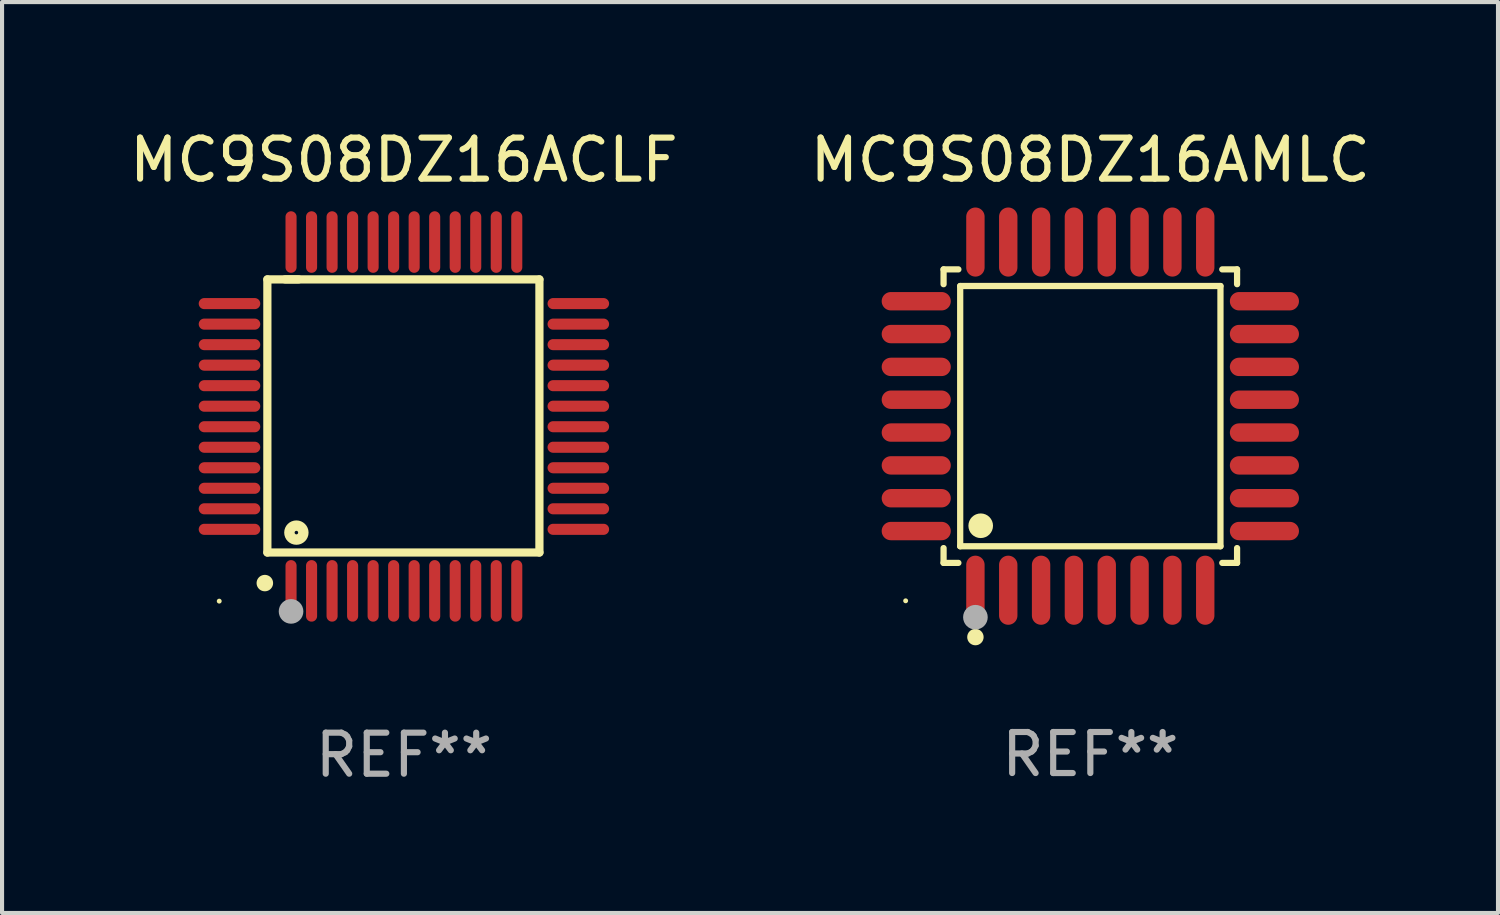
<source format=kicad_pcb>
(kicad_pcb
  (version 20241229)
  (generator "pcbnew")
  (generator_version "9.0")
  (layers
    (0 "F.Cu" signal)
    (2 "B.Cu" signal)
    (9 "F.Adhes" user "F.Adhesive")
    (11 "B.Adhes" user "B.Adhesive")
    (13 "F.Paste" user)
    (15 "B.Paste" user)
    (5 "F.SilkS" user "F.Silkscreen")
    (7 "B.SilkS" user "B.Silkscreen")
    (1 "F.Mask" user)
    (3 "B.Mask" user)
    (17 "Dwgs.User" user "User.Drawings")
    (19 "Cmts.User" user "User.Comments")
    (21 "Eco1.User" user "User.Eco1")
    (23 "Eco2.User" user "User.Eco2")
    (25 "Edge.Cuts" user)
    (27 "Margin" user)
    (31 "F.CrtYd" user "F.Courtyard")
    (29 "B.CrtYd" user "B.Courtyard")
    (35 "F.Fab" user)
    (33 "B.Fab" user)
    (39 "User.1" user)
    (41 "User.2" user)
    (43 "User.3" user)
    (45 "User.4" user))
  (footprint "MC9S08DZ16AMLC"
    (layer "F.Cu")
    (at 23.518 7.09)
    (property "Reference" "MC9S08DZ16AMLC" (at 0 -6.242 0) (layer "F.SilkS") (effects (font (size 1 1) (thickness 0.15))))
    (attr through_hole)
    (fp_line (start -3.576 -3.576) (end -3.215 -3.576) (stroke (width 0.152) (type solid)) (layer "F.SilkS"))
    (fp_line (start -3.576 -3.215) (end -3.576 -3.576) (stroke (width 0.152) (type solid)) (layer "F.SilkS"))
    (fp_line (start -3.576 3.215) (end -3.576 3.576) (stroke (width 0.152) (type solid)) (layer "F.SilkS"))
    (fp_line (start -3.576 3.576) (end -3.215 3.576) (stroke (width 0.152) (type solid)) (layer "F.SilkS"))
    (fp_line (start -3.171 -3.171) (end 3.171 -3.171) (stroke (width 0.152) (type solid)) (layer "F.SilkS"))
    (fp_line (start -3.171 3.171) (end -3.171 -3.171) (stroke (width 0.152) (type solid)) (layer "F.SilkS"))
    (fp_line (start 3.171 -3.171) (end 3.171 3.171) (stroke (width 0.152) (type solid)) (layer "F.SilkS"))
    (fp_line (start 3.171 3.171) (end -3.171 3.171) (stroke (width 0.152) (type solid)) (layer "F.SilkS"))
    (fp_line (start 3.576 -3.576) (end 3.215 -3.576) (stroke (width 0.152) (type solid)) (layer "F.SilkS"))
    (fp_line (start 3.576 -3.215) (end 3.576 -3.576) (stroke (width 0.152) (type solid)) (layer "F.SilkS"))
    (fp_line (start 3.576 3.215) (end 3.576 3.576) (stroke (width 0.152) (type solid)) (layer "F.SilkS"))
    (fp_line (start 3.576 3.576) (end 3.215 3.576) (stroke (width 0.152) (type solid)) (layer "F.SilkS"))
    (fp_circle (center -4.5 4.5) (end -4.47 4.5) (stroke (width 0.06) (type solid)) (fill no) (layer "F.SilkS"))
    (fp_circle (center -2.8 5.384) (end -2.7 5.384) (stroke (width 0.2) (type solid)) (fill no) (layer "F.SilkS"))
    (fp_circle (center -2.671 2.671) (end -2.521 2.671) (stroke (width 0.3) (type solid)) (fill no) (layer "F.SilkS"))
    (fp_circle (center -2.8 4.9) (end -2.65 4.9) (stroke (width 0.3) (type solid)) (fill no) (layer "F.Fab"))
    (fp_text user "REF**" (at 0 8.242 0) (layer "F.Fab") (effects (font (size 1 1) (thickness 0.15))))
    (pad "1" smd oval (at -2.8 4.242) (size 0.448 1.684) (layers "F.Cu" "F.Mask" "F.Paste"))
    (pad "2" smd oval (at -2 4.242) (size 0.448 1.684) (layers "F.Cu" "F.Mask" "F.Paste"))
    (pad "3" smd oval (at -1.2 4.242) (size 0.448 1.684) (layers "F.Cu" "F.Mask" "F.Paste"))
    (pad "4" smd oval (at -0.4 4.242) (size 0.448 1.684) (layers "F.Cu" "F.Mask" "F.Paste"))
    (pad "5" smd oval (at 0.4 4.242) (size 0.448 1.684) (layers "F.Cu" "F.Mask" "F.Paste"))
    (pad "6" smd oval (at 1.2 4.242) (size 0.448 1.684) (layers "F.Cu" "F.Mask" "F.Paste"))
    (pad "7" smd oval (at 2 4.242) (size 0.448 1.684) (layers "F.Cu" "F.Mask" "F.Paste"))
    (pad "8" smd oval (at 2.8 4.242) (size 0.448 1.684) (layers "F.Cu" "F.Mask" "F.Paste"))
    (pad "9" smd oval (at 4.242 2.8) (size 1.684 0.448) (layers "F.Cu" "F.Mask" "F.Paste"))
    (pad "10" smd oval (at 4.242 2) (size 1.684 0.448) (layers "F.Cu" "F.Mask" "F.Paste"))
    (pad "11" smd oval (at 4.242 1.2) (size 1.684 0.448) (layers "F.Cu" "F.Mask" "F.Paste"))
    (pad "12" smd oval (at 4.242 0.4) (size 1.684 0.448) (layers "F.Cu" "F.Mask" "F.Paste"))
    (pad "13" smd oval (at 4.242 -0.4) (size 1.684 0.448) (layers "F.Cu" "F.Mask" "F.Paste"))
    (pad "14" smd oval (at 4.242 -1.2) (size 1.684 0.448) (layers "F.Cu" "F.Mask" "F.Paste"))
    (pad "15" smd oval (at 4.242 -2) (size 1.684 0.448) (layers "F.Cu" "F.Mask" "F.Paste"))
    (pad "16" smd oval (at 4.242 -2.8) (size 1.684 0.448) (layers "F.Cu" "F.Mask" "F.Paste"))
    (pad "17" smd oval (at 2.8 -4.242) (size 0.448 1.684) (layers "F.Cu" "F.Mask" "F.Paste"))
    (pad "18" smd oval (at 2 -4.242) (size 0.448 1.684) (layers "F.Cu" "F.Mask" "F.Paste"))
    (pad "19" smd oval (at 1.2 -4.242) (size 0.448 1.684) (layers "F.Cu" "F.Mask" "F.Paste"))
    (pad "20" smd oval (at 0.4 -4.242) (size 0.448 1.684) (layers "F.Cu" "F.Mask" "F.Paste"))
    (pad "21" smd oval (at -0.4 -4.242) (size 0.448 1.684) (layers "F.Cu" "F.Mask" "F.Paste"))
    (pad "22" smd oval (at -1.2 -4.242) (size 0.448 1.684) (layers "F.Cu" "F.Mask" "F.Paste"))
    (pad "23" smd oval (at -2 -4.242) (size 0.448 1.684) (layers "F.Cu" "F.Mask" "F.Paste"))
    (pad "24" smd oval (at -2.8 -4.242) (size 0.448 1.684) (layers "F.Cu" "F.Mask" "F.Paste"))
    (pad "25" smd oval (at -4.242 -2.8) (size 1.684 0.448) (layers "F.Cu" "F.Mask" "F.Paste"))
    (pad "26" smd oval (at -4.242 -2) (size 1.684 0.448) (layers "F.Cu" "F.Mask" "F.Paste"))
    (pad "27" smd oval (at -4.242 -1.2) (size 1.684 0.448) (layers "F.Cu" "F.Mask" "F.Paste"))
    (pad "28" smd oval (at -4.242 -0.4) (size 1.684 0.448) (layers "F.Cu" "F.Mask" "F.Paste"))
    (pad "29" smd oval (at -4.242 0.4) (size 1.684 0.448) (layers "F.Cu" "F.Mask" "F.Paste"))
    (pad "30" smd oval (at -4.242 1.2) (size 1.684 0.448) (layers "F.Cu" "F.Mask" "F.Paste"))
    (pad "31" smd oval (at -4.242 2) (size 1.684 0.448) (layers "F.Cu" "F.Mask" "F.Paste"))
    (pad "32" smd oval (at -4.242 2.8) (size 1.684 0.448) (layers "F.Cu" "F.Mask" "F.Paste")))
  (footprint "MC9S08DZ16ACLF"
    (layer "F.Cu")
    (at 6.792 7.098)
    (property "Reference" "MC9S08DZ16ACLF" (at 0 -6.25 0) (layer "F.SilkS") (effects (font (size 1 1) (thickness 0.15))))
    (attr through_hole)
    (fp_line (start -3.327 -3.34) (end -2.565 -3.34) (stroke (width 0.2) (type solid)) (layer "F.SilkS"))
    (fp_line (start -3.327 3.315) (end -3.327 -3.34) (stroke (width 0.2) (type solid)) (layer "F.SilkS"))
    (fp_line (start -2.896 -3.34) (end 3.302 -3.34) (stroke (width 0.2) (type solid)) (layer "F.SilkS"))
    (fp_line (start 3.302 -3.34) (end 3.302 3.315) (stroke (width 0.2) (type solid)) (layer "F.SilkS"))
    (fp_line (start 3.302 3.315) (end -3.327 3.315) (stroke (width 0.2) (type solid)) (layer "F.SilkS"))
    (fp_arc (start -3.389992 4.059995) (mid -3.388722 4.059991) (end -3.387452 4.059995) (stroke (width 0.4) (type solid)) (layer "F.SilkS"))
    (fp_circle (center -4.5 4.5) (end -4.47 4.5) (stroke (width 0.06) (type solid)) (fill no) (layer "F.SilkS"))
    (fp_circle (center -2.62 2.83) (end -2.45 2.83) (stroke (width 0.254) (type solid)) (fill no) (layer "F.SilkS"))
    (fp_circle (center -2.75 4.75) (end -2.6 4.75) (stroke (width 0.3) (type solid)) (fill no) (layer "F.Fab"))
    (fp_text user "REF**" (at 0 8.25 0) (layer "F.Fab") (effects (font (size 1 1) (thickness 0.15))))
    (pad "1" smd oval (at -2.75 4.25) (size 0.27 1.5) (layers "F.Cu" "F.Mask" "F.Paste"))
    (pad "2" smd oval (at -2.25 4.25) (size 0.27 1.5) (layers "F.Cu" "F.Mask" "F.Paste"))
    (pad "3" smd oval (at -1.75 4.25) (size 0.27 1.5) (layers "F.Cu" "F.Mask" "F.Paste"))
    (pad "4" smd oval (at -1.25 4.25) (size 0.27 1.5) (layers "F.Cu" "F.Mask" "F.Paste"))
    (pad "5" smd oval (at -0.75 4.25) (size 0.27 1.5) (layers "F.Cu" "F.Mask" "F.Paste"))
    (pad "6" smd oval (at -0.25 4.25) (size 0.27 1.5) (layers "F.Cu" "F.Mask" "F.Paste"))
    (pad "7" smd oval (at 0.25 4.25) (size 0.27 1.5) (layers "F.Cu" "F.Mask" "F.Paste"))
    (pad "8" smd oval (at 0.75 4.25) (size 0.27 1.5) (layers "F.Cu" "F.Mask" "F.Paste"))
    (pad "9" smd oval (at 1.25 4.25) (size 0.27 1.5) (layers "F.Cu" "F.Mask" "F.Paste"))
    (pad "10" smd oval (at 1.75 4.25) (size 0.27 1.5) (layers "F.Cu" "F.Mask" "F.Paste"))
    (pad "11" smd oval (at 2.25 4.25) (size 0.27 1.5) (layers "F.Cu" "F.Mask" "F.Paste"))
    (pad "12" smd oval (at 2.75 4.25) (size 0.27 1.5) (layers "F.Cu" "F.Mask" "F.Paste"))
    (pad "13" smd oval (at 4.25 2.75) (size 1.5 0.27) (layers "F.Cu" "F.Mask" "F.Paste"))
    (pad "14" smd oval (at 4.25 2.25) (size 1.5 0.27) (layers "F.Cu" "F.Mask" "F.Paste"))
    (pad "15" smd oval (at 4.25 1.75) (size 1.5 0.27) (layers "F.Cu" "F.Mask" "F.Paste"))
    (pad "16" smd oval (at 4.25 1.25) (size 1.5 0.27) (layers "F.Cu" "F.Mask" "F.Paste"))
    (pad "17" smd oval (at 4.25 0.75) (size 1.5 0.27) (layers "F.Cu" "F.Mask" "F.Paste"))
    (pad "18" smd oval (at 4.25 0.25) (size 1.5 0.27) (layers "F.Cu" "F.Mask" "F.Paste"))
    (pad "19" smd oval (at 4.25 -0.25) (size 1.5 0.27) (layers "F.Cu" "F.Mask" "F.Paste"))
    (pad "20" smd oval (at 4.25 -0.75) (size 1.5 0.27) (layers "F.Cu" "F.Mask" "F.Paste"))
    (pad "21" smd oval (at 4.25 -1.25) (size 1.5 0.27) (layers "F.Cu" "F.Mask" "F.Paste"))
    (pad "22" smd oval (at 4.25 -1.75) (size 1.5 0.27) (layers "F.Cu" "F.Mask" "F.Paste"))
    (pad "23" smd oval (at 4.25 -2.25) (size 1.5 0.27) (layers "F.Cu" "F.Mask" "F.Paste"))
    (pad "24" smd oval (at 4.25 -2.75) (size 1.5 0.27) (layers "F.Cu" "F.Mask" "F.Paste"))
    (pad "25" smd oval (at 2.75 -4.25) (size 0.27 1.5) (layers "F.Cu" "F.Mask" "F.Paste"))
    (pad "26" smd oval (at 2.25 -4.25) (size 0.27 1.5) (layers "F.Cu" "F.Mask" "F.Paste"))
    (pad "27" smd oval (at 1.75 -4.25) (size 0.27 1.5) (layers "F.Cu" "F.Mask" "F.Paste"))
    (pad "28" smd oval (at 1.25 -4.25) (size 0.27 1.5) (layers "F.Cu" "F.Mask" "F.Paste"))
    (pad "29" smd oval (at 0.75 -4.25) (size 0.27 1.5) (layers "F.Cu" "F.Mask" "F.Paste"))
    (pad "30" smd oval (at 0.25 -4.25) (size 0.27 1.5) (layers "F.Cu" "F.Mask" "F.Paste"))
    (pad "31" smd oval (at -0.25 -4.25) (size 0.27 1.5) (layers "F.Cu" "F.Mask" "F.Paste"))
    (pad "32" smd oval (at -0.75 -4.25) (size 0.27 1.5) (layers "F.Cu" "F.Mask" "F.Paste"))
    (pad "33" smd oval (at -1.25 -4.25) (size 0.27 1.5) (layers "F.Cu" "F.Mask" "F.Paste"))
    (pad "34" smd oval (at -1.75 -4.25) (size 0.27 1.5) (layers "F.Cu" "F.Mask" "F.Paste"))
    (pad "35" smd oval (at -2.25 -4.25) (size 0.27 1.5) (layers "F.Cu" "F.Mask" "F.Paste"))
    (pad "36" smd oval (at -2.75 -4.25) (size 0.27 1.5) (layers "F.Cu" "F.Mask" "F.Paste"))
    (pad "37" smd oval (at -4.25 -2.75) (size 1.5 0.27) (layers "F.Cu" "F.Mask" "F.Paste"))
    (pad "38" smd oval (at -4.25 -2.25) (size 1.5 0.27) (layers "F.Cu" "F.Mask" "F.Paste"))
    (pad "39" smd oval (at -4.25 -1.75) (size 1.5 0.27) (layers "F.Cu" "F.Mask" "F.Paste"))
    (pad "40" smd oval (at -4.25 -1.25) (size 1.5 0.27) (layers "F.Cu" "F.Mask" "F.Paste"))
    (pad "41" smd oval (at -4.25 -0.75) (size 1.5 0.27) (layers "F.Cu" "F.Mask" "F.Paste"))
    (pad "42" smd oval (at -4.25 -0.25) (size 1.5 0.27) (layers "F.Cu" "F.Mask" "F.Paste"))
    (pad "43" smd oval (at -4.25 0.25) (size 1.5 0.27) (layers "F.Cu" "F.Mask" "F.Paste"))
    (pad "44" smd oval (at -4.25 0.75) (size 1.5 0.27) (layers "F.Cu" "F.Mask" "F.Paste"))
    (pad "45" smd oval (at -4.25 1.25) (size 1.5 0.27) (layers "F.Cu" "F.Mask" "F.Paste"))
    (pad "46" smd oval (at -4.25 1.75) (size 1.5 0.27) (layers "F.Cu" "F.Mask" "F.Paste"))
    (pad "47" smd oval (at -4.25 2.25) (size 1.5 0.27) (layers "F.Cu" "F.Mask" "F.Paste"))
    (pad "48" smd oval (at -4.25 2.75) (size 1.5 0.27) (layers "F.Cu" "F.Mask" "F.Paste")))
  (gr_rect
    (start -3 -3)
    (end 33.452 19.196)
    (stroke (width 0.1) (type default))
    (fill no)
    (layer "Edge.Cuts")))
</source>
